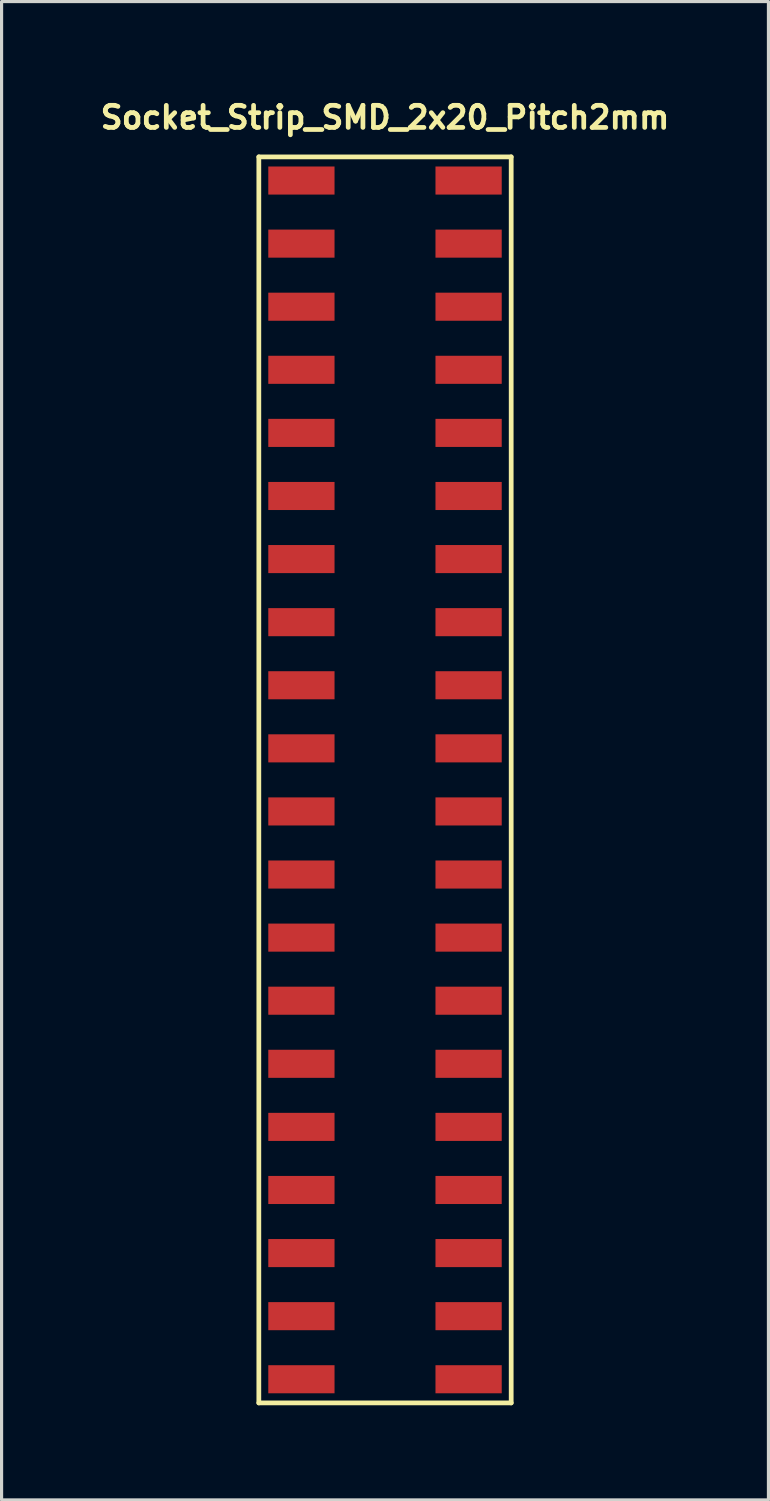
<source format=kicad_pcb>
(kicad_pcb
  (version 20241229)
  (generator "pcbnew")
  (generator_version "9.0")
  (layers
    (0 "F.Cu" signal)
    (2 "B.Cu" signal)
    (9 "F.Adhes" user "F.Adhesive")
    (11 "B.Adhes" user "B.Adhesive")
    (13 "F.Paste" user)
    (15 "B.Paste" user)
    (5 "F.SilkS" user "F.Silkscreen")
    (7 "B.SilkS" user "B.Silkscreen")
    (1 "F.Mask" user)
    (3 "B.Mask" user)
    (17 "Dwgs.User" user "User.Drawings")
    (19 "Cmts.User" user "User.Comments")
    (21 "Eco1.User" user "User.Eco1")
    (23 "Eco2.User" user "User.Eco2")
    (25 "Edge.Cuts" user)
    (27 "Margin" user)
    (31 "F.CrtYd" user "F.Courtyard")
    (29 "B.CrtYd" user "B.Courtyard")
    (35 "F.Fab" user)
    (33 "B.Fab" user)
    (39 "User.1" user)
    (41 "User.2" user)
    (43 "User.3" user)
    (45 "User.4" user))
  (footprint "Socket_Strip_SMD_2x20_Pitch2mm"
    (layer "F.Cu")
    (at 8.155 2.673)
    (property "Reference" "Socket_Strip_SMD_2x20_Pitch2mm" (at 1 -2 0) (layer "F.SilkS") (effects (font (size 0.7 0.7) (thickness 0.15))))
    (attr smd)
    (fp_line (start -3 -0.75) (end -3 38.75) (stroke (width 0.15) (type solid)) (layer "F.SilkS"))
    (fp_line (start 5 -0.75) (end -3 -0.75) (stroke (width 0.15) (type solid)) (layer "F.SilkS"))
    (fp_line (start 5 38.75) (end -3 38.75) (stroke (width 0.15) (type solid)) (layer "F.SilkS"))
    (fp_line (start 5 38.75) (end 5 -0.75) (stroke (width 0.15) (type solid)) (layer "F.SilkS"))
    (pad "1" smd rect (at -1.65 0 270) (size 0.89 2.1) (layers "F.Cu" "F.Mask" "F.Paste"))
    (pad "2" smd rect (at 3.65 0 270) (size 0.89 2.1) (layers "F.Cu" "F.Mask" "F.Paste"))
    (pad "3" smd rect (at -1.65 2 270) (size 0.89 2.1) (layers "F.Cu" "F.Mask" "F.Paste"))
    (pad "4" smd rect (at 3.65 2 270) (size 0.89 2.1) (layers "F.Cu" "F.Mask" "F.Paste"))
    (pad "5" smd rect (at -1.65 4 270) (size 0.89 2.1) (layers "F.Cu" "F.Mask" "F.Paste"))
    (pad "6" smd rect (at 3.65 4 270) (size 0.89 2.1) (layers "F.Cu" "F.Mask" "F.Paste"))
    (pad "7" smd rect (at -1.65 6 270) (size 0.89 2.1) (layers "F.Cu" "F.Mask" "F.Paste"))
    (pad "8" smd rect (at 3.65 6 270) (size 0.89 2.1) (layers "F.Cu" "F.Mask" "F.Paste"))
    (pad "9" smd rect (at -1.65 8 270) (size 0.89 2.1) (layers "F.Cu" "F.Mask" "F.Paste"))
    (pad "10" smd rect (at 3.65 8 270) (size 0.89 2.1) (layers "F.Cu" "F.Mask" "F.Paste"))
    (pad "11" smd rect (at -1.65 10 270) (size 0.89 2.1) (layers "F.Cu" "F.Mask" "F.Paste"))
    (pad "12" smd rect (at 3.65 10 270) (size 0.89 2.1) (layers "F.Cu" "F.Mask" "F.Paste"))
    (pad "13" smd rect (at -1.65 12 270) (size 0.89 2.1) (layers "F.Cu" "F.Mask" "F.Paste"))
    (pad "14" smd rect (at 3.65 12 270) (size 0.89 2.1) (layers "F.Cu" "F.Mask" "F.Paste"))
    (pad "15" smd rect (at -1.65 14 270) (size 0.89 2.1) (layers "F.Cu" "F.Mask" "F.Paste"))
    (pad "16" smd rect (at 3.65 14 270) (size 0.89 2.1) (layers "F.Cu" "F.Mask" "F.Paste"))
    (pad "17" smd rect (at -1.65 16 270) (size 0.89 2.1) (layers "F.Cu" "F.Mask" "F.Paste"))
    (pad "18" smd rect (at 3.65 16 270) (size 0.89 2.1) (layers "F.Cu" "F.Mask" "F.Paste"))
    (pad "19" smd rect (at -1.65 18 270) (size 0.89 2.1) (layers "F.Cu" "F.Mask" "F.Paste"))
    (pad "20" smd rect (at 3.65 18 270) (size 0.89 2.1) (layers "F.Cu" "F.Mask" "F.Paste"))
    (pad "21" smd rect (at -1.65 20 270) (size 0.89 2.1) (layers "F.Cu" "F.Mask" "F.Paste"))
    (pad "22" smd rect (at 3.65 20 270) (size 0.89 2.1) (layers "F.Cu" "F.Mask" "F.Paste"))
    (pad "23" smd rect (at -1.65 22 270) (size 0.89 2.1) (layers "F.Cu" "F.Mask" "F.Paste"))
    (pad "24" smd rect (at 3.65 22 270) (size 0.89 2.1) (layers "F.Cu" "F.Mask" "F.Paste"))
    (pad "25" smd rect (at -1.65 24 270) (size 0.89 2.1) (layers "F.Cu" "F.Mask" "F.Paste"))
    (pad "26" smd rect (at 3.65 24 270) (size 0.89 2.1) (layers "F.Cu" "F.Mask" "F.Paste"))
    (pad "27" smd rect (at -1.65 26 270) (size 0.89 2.1) (layers "F.Cu" "F.Mask" "F.Paste"))
    (pad "28" smd rect (at 3.65 26 270) (size 0.89 2.1) (layers "F.Cu" "F.Mask" "F.Paste"))
    (pad "29" smd rect (at -1.65 28 270) (size 0.89 2.1) (layers "F.Cu" "F.Mask" "F.Paste"))
    (pad "30" smd rect (at 3.65 28 270) (size 0.89 2.1) (layers "F.Cu" "F.Mask" "F.Paste"))
    (pad "31" smd rect (at -1.65 30 270) (size 0.89 2.1) (layers "F.Cu" "F.Mask" "F.Paste"))
    (pad "32" smd rect (at 3.65 30 270) (size 0.89 2.1) (layers "F.Cu" "F.Mask" "F.Paste"))
    (pad "33" smd rect (at -1.65 32 270) (size 0.89 2.1) (layers "F.Cu" "F.Mask" "F.Paste"))
    (pad "34" smd rect (at 3.65 32 270) (size 0.89 2.1) (layers "F.Cu" "F.Mask" "F.Paste"))
    (pad "35" smd rect (at -1.65 34 270) (size 0.89 2.1) (layers "F.Cu" "F.Mask" "F.Paste"))
    (pad "36" smd rect (at 3.65 34 270) (size 0.89 2.1) (layers "F.Cu" "F.Mask" "F.Paste"))
    (pad "37" smd rect (at -1.65 36 270) (size 0.89 2.1) (layers "F.Cu" "F.Mask" "F.Paste"))
    (pad "38" smd rect (at 3.65 36 270) (size 0.89 2.1) (layers "F.Cu" "F.Mask" "F.Paste"))
    (pad "39" smd rect (at -1.65 38 270) (size 0.89 2.1) (layers "F.Cu" "F.Mask" "F.Paste"))
    (pad "40" smd rect (at 3.65 38 270) (size 0.89 2.1) (layers "F.Cu" "F.Mask" "F.Paste")))
  (gr_rect
    (start -3 -3)
    (end 21.31 44.498)
    (stroke (width 0.1) (type default))
    (fill no)
    (layer "Edge.Cuts")))
</source>
